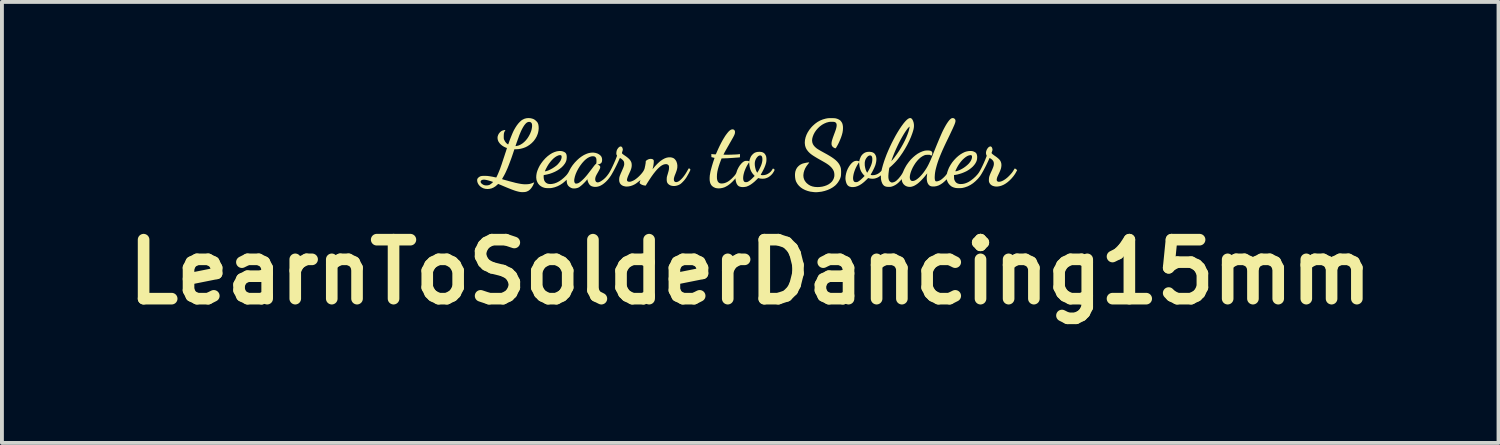
<source format=kicad_pcb>
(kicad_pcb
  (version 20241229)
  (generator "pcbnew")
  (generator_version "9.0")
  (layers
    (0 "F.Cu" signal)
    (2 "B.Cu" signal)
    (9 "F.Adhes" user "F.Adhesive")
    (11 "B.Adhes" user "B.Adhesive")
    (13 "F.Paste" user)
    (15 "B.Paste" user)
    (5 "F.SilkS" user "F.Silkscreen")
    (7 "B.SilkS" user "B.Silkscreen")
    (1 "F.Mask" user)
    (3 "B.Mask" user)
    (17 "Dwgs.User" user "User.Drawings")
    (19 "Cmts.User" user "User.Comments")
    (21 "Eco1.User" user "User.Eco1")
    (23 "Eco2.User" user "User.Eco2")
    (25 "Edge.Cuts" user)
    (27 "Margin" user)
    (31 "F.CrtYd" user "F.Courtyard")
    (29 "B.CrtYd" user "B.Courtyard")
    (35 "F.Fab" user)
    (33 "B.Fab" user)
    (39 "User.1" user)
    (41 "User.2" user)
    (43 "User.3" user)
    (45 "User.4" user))
  (footprint "LearnToSolderDancing15mm"
    (layer "F.Cu")
    (at 16.336 3.978)
    (property "Reference" "LearnToSolderDancing15mm" (at 0 0 0) (layer "F.SilkS") (effects (font (size 1.524 1.524) (thickness 0.3))))
    (attr board_only exclude_from_pos_files exclude_from_bom)
    (fp_poly (pts (xy 2.127 -3.976) (xy 2.162 -3.974) (xy 2.192 -3.972) (xy 2.21 -3.969) (xy 2.249 -3.958) (xy 2.285 -3.942) (xy 2.316 -3.924) (xy 2.339 -3.903) (xy 2.339 -3.902) (xy 2.363 -3.87) (xy 2.38 -3.836) (xy 2.39 -3.799) (xy 2.396 -3.757) (xy 2.397 -3.716) (xy 2.394 -3.661) (xy 2.385 -3.603) (xy 2.369 -3.542) (xy 2.347 -3.476) (xy 2.318 -3.404) (xy 2.304 -3.372) (xy 2.291 -3.343) (xy 2.276 -3.313) (xy 2.261 -3.284) (xy 2.246 -3.257) (xy 2.232 -3.233) (xy 2.221 -3.214) (xy 2.212 -3.202) (xy 2.207 -3.197) (xy 2.196 -3.197) (xy 2.179 -3.202) (xy 2.161 -3.212) (xy 2.143 -3.224) (xy 2.132 -3.233) (xy 2.118 -3.251) (xy 2.108 -3.27) (xy 2.102 -3.292) (xy 2.101 -3.319) (xy 2.103 -3.349) (xy 2.11 -3.386) (xy 2.122 -3.428) (xy 2.138 -3.477) (xy 2.159 -3.534) (xy 2.168 -3.559) (xy 2.187 -3.609) (xy 2.202 -3.651) (xy 2.214 -3.686) (xy 2.222 -3.716) (xy 2.228 -3.743) (xy 2.232 -3.767) (xy 2.233 -3.774) (xy 2.233 -3.808) (xy 2.227 -3.835) (xy 2.213 -3.856) (xy 2.192 -3.871) (xy 2.179 -3.876) (xy 2.162 -3.879) (xy 2.139 -3.881) (xy 2.111 -3.881) (xy 2.082 -3.881) (xy 2.054 -3.879) (xy 2.031 -3.876) (xy 1.971 -3.86) (xy 1.912 -3.835) (xy 1.855 -3.803) (xy 1.801 -3.763) (xy 1.752 -3.717) (xy 1.707 -3.666) (xy 1.669 -3.612) (xy 1.638 -3.554) (xy 1.615 -3.494) (xy 1.602 -3.443) (xy 1.598 -3.395) (xy 1.604 -3.349) (xy 1.619 -3.305) (xy 1.644 -3.265) (xy 1.667 -3.239) (xy 1.68 -3.226) (xy 1.692 -3.215) (xy 1.704 -3.205) (xy 1.717 -3.194) (xy 1.733 -3.183) (xy 1.751 -3.171) (xy 1.773 -3.158) (xy 1.799 -3.142) (xy 1.831 -3.124) (xy 1.869 -3.103) (xy 1.914 -3.078) (xy 1.967 -3.049) (xy 1.973 -3.046) (xy 2.045 -3.004) (xy 2.109 -2.964) (xy 2.163 -2.926) (xy 2.21 -2.888) (xy 2.249 -2.85) (xy 2.281 -2.811) (xy 2.306 -2.772) (xy 2.326 -2.73) (xy 2.339 -2.691) (xy 2.343 -2.668) (xy 2.346 -2.637) (xy 2.348 -2.603) (xy 2.348 -2.566) (xy 2.347 -2.53) (xy 2.345 -2.497) (xy 2.341 -2.47) (xy 2.339 -2.46) (xy 2.323 -2.413) (xy 2.298 -2.364) (xy 2.269 -2.317) (xy 2.234 -2.273) (xy 2.198 -2.236) (xy 2.195 -2.233) (xy 2.138 -2.19) (xy 2.073 -2.152) (xy 2.002 -2.12) (xy 1.927 -2.095) (xy 1.848 -2.076) (xy 1.77 -2.066) (xy 1.74 -2.063) (xy 1.716 -2.062) (xy 1.695 -2.061) (xy 1.673 -2.062) (xy 1.647 -2.064) (xy 1.628 -2.066) (xy 1.553 -2.076) (xy 1.483 -2.094) (xy 1.418 -2.118) (xy 1.359 -2.148) (xy 1.306 -2.184) (xy 1.26 -2.226) (xy 1.222 -2.272) (xy 1.192 -2.323) (xy 1.182 -2.344) (xy 1.169 -2.386) (xy 1.161 -2.433) (xy 1.157 -2.483) (xy 1.157 -2.533) (xy 1.163 -2.58) (xy 1.168 -2.603) (xy 1.185 -2.651) (xy 1.211 -2.696) (xy 1.245 -2.734) (xy 1.285 -2.767) (xy 1.332 -2.792) (xy 1.341 -2.796) (xy 1.36 -2.802) (xy 1.384 -2.809) (xy 1.41 -2.815) (xy 1.437 -2.821) (xy 1.463 -2.826) (xy 1.487 -2.829) (xy 1.506 -2.831) (xy 1.52 -2.831) (xy 1.525 -2.829) (xy 1.525 -2.829) (xy 1.522 -2.824) (xy 1.514 -2.813) (xy 1.502 -2.798) (xy 1.495 -2.789) (xy 1.454 -2.735) (xy 1.421 -2.679) (xy 1.397 -2.622) (xy 1.381 -2.565) (xy 1.374 -2.51) (xy 1.373 -2.498) (xy 1.377 -2.446) (xy 1.39 -2.399) (xy 1.411 -2.355) (xy 1.442 -2.314) (xy 1.46 -2.295) (xy 1.504 -2.259) (xy 1.553 -2.23) (xy 1.608 -2.21) (xy 1.669 -2.198) (xy 1.735 -2.194) (xy 1.791 -2.196) (xy 1.86 -2.205) (xy 1.923 -2.221) (xy 1.98 -2.242) (xy 2.031 -2.269) (xy 2.075 -2.301) (xy 2.112 -2.337) (xy 2.14 -2.378) (xy 2.161 -2.423) (xy 2.173 -2.471) (xy 2.175 -2.51) (xy 2.171 -2.559) (xy 2.159 -2.605) (xy 2.137 -2.648) (xy 2.106 -2.691) (xy 2.094 -2.703) (xy 2.077 -2.721) (xy 2.059 -2.738) (xy 2.039 -2.755) (xy 2.017 -2.772) (xy 1.992 -2.789) (xy 1.962 -2.809) (xy 1.927 -2.83) (xy 1.885 -2.854) (xy 1.836 -2.882) (xy 1.8 -2.902) (xy 1.74 -2.936) (xy 1.688 -2.967) (xy 1.643 -2.995) (xy 1.605 -3.02) (xy 1.572 -3.044) (xy 1.544 -3.067) (xy 1.52 -3.09) (xy 1.499 -3.112) (xy 1.485 -3.129) (xy 1.453 -3.174) (xy 1.431 -3.221) (xy 1.417 -3.269) (xy 1.411 -3.323) (xy 1.41 -3.345) (xy 1.415 -3.411) (xy 1.43 -3.478) (xy 1.454 -3.545) (xy 1.487 -3.611) (xy 1.529 -3.676) (xy 1.579 -3.738) (xy 1.613 -3.774) (xy 1.674 -3.829) (xy 1.738 -3.876) (xy 1.805 -3.913) (xy 1.876 -3.942) (xy 1.951 -3.963) (xy 1.993 -3.971) (xy 2.02 -3.974) (xy 2.053 -3.976) (xy 2.09 -3.976)) (stroke (width 0) (type solid)) (fill yes) (layer "F.SilkS"))
    (fp_poly (pts (xy -5.668 -3.972) (xy -5.615 -3.957) (xy -5.592 -3.947) (xy -5.572 -3.935) (xy -5.55 -3.918) (xy -5.529 -3.899) (xy -5.509 -3.878) (xy -5.495 -3.859) (xy -5.49 -3.85) (xy -5.475 -3.809) (xy -5.468 -3.762) (xy -5.466 -3.71) (xy -5.471 -3.656) (xy -5.482 -3.6) (xy -5.492 -3.566) (xy -5.518 -3.502) (xy -5.553 -3.441) (xy -5.595 -3.384) (xy -5.645 -3.332) (xy -5.701 -3.286) (xy -5.761 -3.247) (xy -5.811 -3.222) (xy -5.868 -3.201) (xy -5.929 -3.185) (xy -5.99 -3.175) (xy -6.049 -3.171) (xy -6.054 -3.171) (xy -6.094 -3.171) (xy -6.133 -3.054) (xy -6.169 -2.949) (xy -6.204 -2.854) (xy -6.237 -2.767) (xy -6.268 -2.689) (xy -6.299 -2.619) (xy -6.328 -2.556) (xy -6.357 -2.5) (xy -6.385 -2.451) (xy -6.391 -2.44) (xy -6.404 -2.419) (xy -6.41 -2.405) (xy -6.41 -2.398) (xy -6.41 -2.398) (xy -6.397 -2.394) (xy -6.375 -2.387) (xy -6.347 -2.379) (xy -6.314 -2.37) (xy -6.277 -2.36) (xy -6.238 -2.349) (xy -6.198 -2.338) (xy -6.159 -2.328) (xy -6.123 -2.319) (xy -6.09 -2.31) (xy -6.064 -2.303) (xy -6.044 -2.299) (xy -6.041 -2.298) (xy -5.987 -2.287) (xy -5.94 -2.278) (xy -5.899 -2.272) (xy -5.861 -2.268) (xy -5.825 -2.266) (xy -5.788 -2.267) (xy -5.781 -2.267) (xy -5.743 -2.269) (xy -5.711 -2.273) (xy -5.681 -2.28) (xy -5.649 -2.29) (xy -5.614 -2.304) (xy -5.599 -2.31) (xy -5.588 -2.314) (xy -5.583 -2.314) (xy -5.584 -2.309) (xy -5.588 -2.297) (xy -5.595 -2.28) (xy -5.603 -2.261) (xy -5.612 -2.241) (xy -5.621 -2.224) (xy -5.624 -2.218) (xy -5.655 -2.171) (xy -5.689 -2.132) (xy -5.727 -2.101) (xy -5.769 -2.08) (xy -5.796 -2.071) (xy -5.826 -2.066) (xy -5.86 -2.064) (xy -5.896 -2.063) (xy -5.927 -2.065) (xy -5.954 -2.069) (xy -5.981 -2.074) (xy -6.009 -2.081) (xy -6.039 -2.089) (xy -6.073 -2.099) (xy -6.11 -2.112) (xy -6.152 -2.127) (xy -6.2 -2.146) (xy -6.253 -2.167) (xy -6.314 -2.192) (xy -6.383 -2.221) (xy -6.411 -2.233) (xy -6.513 -2.276) (xy -6.536 -2.254) (xy -6.584 -2.213) (xy -6.633 -2.182) (xy -6.684 -2.16) (xy -6.738 -2.148) (xy -6.786 -2.144) (xy -6.841 -2.148) (xy -6.889 -2.16) (xy -6.933 -2.18) (xy -6.974 -2.209) (xy -6.989 -2.223) (xy -7.016 -2.254) (xy -7.036 -2.288) (xy -7.05 -2.323) (xy -7.051 -2.328) (xy -6.967 -2.328) (xy -6.961 -2.308) (xy -6.948 -2.29) (xy -6.924 -2.27) (xy -6.895 -2.252) (xy -6.863 -2.241) (xy -6.863 -2.241) (xy -6.837 -2.237) (xy -6.807 -2.237) (xy -6.776 -2.24) (xy -6.749 -2.247) (xy -6.735 -2.252) (xy -6.722 -2.26) (xy -6.706 -2.271) (xy -6.688 -2.285) (xy -6.672 -2.298) (xy -6.658 -2.311) (xy -6.649 -2.32) (xy -6.646 -2.325) (xy -6.651 -2.328) (xy -6.663 -2.333) (xy -6.682 -2.339) (xy -6.705 -2.347) (xy -6.73 -2.354) (xy -6.756 -2.362) (xy -6.782 -2.369) (xy -6.804 -2.375) (xy -6.819 -2.378) (xy -6.863 -2.385) (xy -6.899 -2.385) (xy -6.929 -2.379) (xy -6.95 -2.366) (xy -6.952 -2.365) (xy -6.964 -2.348) (xy -6.967 -2.328) (xy -7.051 -2.328) (xy -7.056 -2.357) (xy -7.055 -2.389) (xy -7.052 -2.402) (xy -7.042 -2.42) (xy -7.025 -2.439) (xy -7.003 -2.456) (xy -6.981 -2.469) (xy -6.971 -2.473) (xy -6.936 -2.481) (xy -6.893 -2.484) (xy -6.843 -2.484) (xy -6.787 -2.481) (xy -6.727 -2.473) (xy -6.664 -2.462) (xy -6.633 -2.456) (xy -6.608 -2.45) (xy -6.587 -2.446) (xy -6.572 -2.443) (xy -6.564 -2.442) (xy -6.563 -2.442) (xy -6.558 -2.449) (xy -6.551 -2.464) (xy -6.54 -2.486) (xy -6.528 -2.512) (xy -6.515 -2.541) (xy -6.502 -2.573) (xy -6.489 -2.604) (xy -6.477 -2.634) (xy -6.466 -2.661) (xy -6.46 -2.678) (xy -6.452 -2.701) (xy -6.442 -2.73) (xy -6.43 -2.763) (xy -6.417 -2.801) (xy -6.404 -2.842) (xy -6.389 -2.886) (xy -6.375 -2.93) (xy -6.36 -2.974) (xy -6.346 -3.017) (xy -6.333 -3.058) (xy -6.32 -3.095) (xy -6.309 -3.129) (xy -6.3 -3.158) (xy -6.293 -3.18) (xy -6.289 -3.195) (xy -6.287 -3.202) (xy -6.287 -3.203) (xy -6.292 -3.205) (xy -6.304 -3.21) (xy -6.314 -3.213) (xy -6.36 -3.234) (xy -6.391 -3.253) (xy -6.066 -3.253) (xy -6.062 -3.253) (xy -6.05 -3.254) (xy -6.034 -3.257) (xy -6.015 -3.261) (xy -5.997 -3.266) (xy -5.982 -3.27) (xy -5.981 -3.27) (xy -5.933 -3.292) (xy -5.885 -3.322) (xy -5.839 -3.36) (xy -5.795 -3.405) (xy -5.755 -3.456) (xy -5.719 -3.513) (xy -5.688 -3.573) (xy -5.663 -3.637) (xy -5.662 -3.638) (xy -5.65 -3.68) (xy -5.642 -3.722) (xy -5.637 -3.761) (xy -5.637 -3.795) (xy -5.641 -3.824) (xy -5.649 -3.845) (xy -5.665 -3.864) (xy -5.688 -3.875) (xy -5.713 -3.879) (xy -5.742 -3.875) (xy -5.758 -3.868) (xy -5.784 -3.852) (xy -5.81 -3.826) (xy -5.838 -3.791) (xy -5.866 -3.748) (xy -5.894 -3.698) (xy -5.922 -3.641) (xy -5.949 -3.577) (xy -5.964 -3.541) (xy -5.97 -3.525) (xy -5.978 -3.503) (xy -5.987 -3.476) (xy -5.998 -3.446) (xy -6.01 -3.414) (xy -6.021 -3.381) (xy -6.033 -3.35) (xy -6.043 -3.32) (xy -6.052 -3.295) (xy -6.059 -3.274) (xy -6.064 -3.26) (xy -6.066 -3.253) (xy -6.066 -3.253) (xy -6.391 -3.253) (xy -6.404 -3.261) (xy -6.443 -3.292) (xy -6.476 -3.327) (xy -6.501 -3.363) (xy -6.51 -3.379) (xy -6.523 -3.415) (xy -6.529 -3.452) (xy -6.529 -3.487) (xy -6.527 -3.498) (xy -6.515 -3.538) (xy -6.495 -3.576) (xy -6.468 -3.609) (xy -6.437 -3.636) (xy -6.417 -3.648) (xy -6.403 -3.653) (xy -6.386 -3.659) (xy -6.367 -3.663) (xy -6.35 -3.667) (xy -6.335 -3.668) (xy -6.327 -3.667) (xy -6.326 -3.666) (xy -6.329 -3.66) (xy -6.335 -3.65) (xy -6.338 -3.645) (xy -6.35 -3.625) (xy -6.359 -3.603) (xy -6.365 -3.577) (xy -6.368 -3.546) (xy -6.369 -3.507) (xy -6.369 -3.506) (xy -6.369 -3.478) (xy -6.368 -3.458) (xy -6.367 -3.443) (xy -6.364 -3.431) (xy -6.36 -3.42) (xy -6.355 -3.41) (xy -6.333 -3.369) (xy -6.308 -3.336) (xy -6.285 -3.315) (xy -6.272 -3.305) (xy -6.261 -3.298) (xy -6.257 -3.296) (xy -6.254 -3.3) (xy -6.248 -3.312) (xy -6.241 -3.33) (xy -6.234 -3.352) (xy -6.22 -3.392) (xy -6.203 -3.436) (xy -6.185 -3.482) (xy -6.167 -3.527) (xy -6.149 -3.571) (xy -6.132 -3.61) (xy -6.116 -3.644) (xy -6.105 -3.666) (xy -6.069 -3.729) (xy -6.032 -3.786) (xy -5.993 -3.837) (xy -5.954 -3.879) (xy -5.916 -3.914) (xy -5.879 -3.938) (xy -5.829 -3.961) (xy -5.777 -3.974) (xy -5.722 -3.977)) (stroke (width 0) (type solid)) (fill yes) (layer "F.SilkS"))
    (fp_poly (pts (xy -0.43 -3.681) (xy -0.412 -3.668) (xy -0.399 -3.649) (xy -0.393 -3.624) (xy -0.395 -3.594) (xy -0.397 -3.58) (xy -0.401 -3.566) (xy -0.407 -3.551) (xy -0.414 -3.533) (xy -0.424 -3.513) (xy -0.437 -3.488) (xy -0.453 -3.459) (xy -0.473 -3.424) (xy -0.497 -3.381) (xy -0.524 -3.335) (xy -0.552 -3.285) (xy -0.579 -3.238) (xy -0.604 -3.194) (xy -0.627 -3.154) (xy -0.647 -3.118) (xy -0.664 -3.088) (xy -0.676 -3.063) (xy -0.685 -3.046) (xy -0.69 -3.036) (xy -0.69 -3.034) (xy -0.685 -3.032) (xy -0.672 -3.031) (xy -0.651 -3.03) (xy -0.624 -3.03) (xy -0.591 -3.03) (xy -0.556 -3.03) (xy -0.517 -3.031) (xy -0.478 -3.032) (xy -0.438 -3.034) (xy -0.4 -3.035) (xy -0.364 -3.037) (xy -0.332 -3.039) (xy -0.305 -3.042) (xy -0.289 -3.043) (xy -0.265 -3.047) (xy -0.265 -3.004) (xy -0.265 -2.983) (xy -0.266 -2.97) (xy -0.268 -2.963) (xy -0.271 -2.961) (xy -0.276 -2.961) (xy -0.284 -2.96) (xy -0.301 -2.959) (xy -0.324 -2.957) (xy -0.353 -2.955) (xy -0.385 -2.953) (xy -0.408 -2.951) (xy -0.45 -2.948) (xy -0.497 -2.945) (xy -0.545 -2.942) (xy -0.59 -2.939) (xy -0.63 -2.938) (xy -0.634 -2.938) (xy -0.74 -2.934) (xy -0.761 -2.881) (xy -0.791 -2.799) (xy -0.816 -2.724) (xy -0.835 -2.656) (xy -0.849 -2.594) (xy -0.857 -2.537) (xy -0.859 -2.515) (xy -0.861 -2.459) (xy -0.859 -2.411) (xy -0.851 -2.371) (xy -0.839 -2.34) (xy -0.821 -2.316) (xy -0.799 -2.299) (xy -0.77 -2.289) (xy -0.736 -2.286) (xy -0.72 -2.287) (xy -0.672 -2.294) (xy -0.624 -2.311) (xy -0.575 -2.336) (xy -0.526 -2.371) (xy -0.476 -2.415) (xy -0.468 -2.423) (xy -0.468 -2.423) (xy -0.183 -2.423) (xy -0.18 -2.389) (xy -0.173 -2.361) (xy -0.161 -2.34) (xy -0.146 -2.328) (xy -0.127 -2.322) (xy -0.102 -2.321) (xy -0.077 -2.325) (xy -0.064 -2.33) (xy -0.035 -2.346) (xy -0.001 -2.371) (xy 0.037 -2.404) (xy 0.066 -2.433) (xy 0.115 -2.482) (xy 0.09 -2.509) (xy 0.055 -2.551) (xy 0.028 -2.594) (xy 0.007 -2.64) (xy -0.008 -2.69) (xy -0.019 -2.747) (xy -0.024 -2.792) (xy -0.024 -2.796) (xy 0.117 -2.796) (xy 0.12 -2.748) (xy 0.128 -2.699) (xy 0.14 -2.652) (xy 0.156 -2.609) (xy 0.168 -2.587) (xy 0.181 -2.564) (xy 0.201 -2.596) (xy 0.212 -2.613) (xy 0.225 -2.636) (xy 0.238 -2.662) (xy 0.25 -2.685) (xy 0.276 -2.741) (xy 0.295 -2.792) (xy 0.307 -2.839) (xy 0.314 -2.883) (xy 0.314 -2.927) (xy 0.314 -2.927) (xy 0.31 -2.961) (xy 0.301 -2.986) (xy 0.288 -3.002) (xy 0.27 -3.011) (xy 0.253 -3.012) (xy 0.229 -3.007) (xy 0.205 -2.993) (xy 0.182 -2.971) (xy 0.161 -2.944) (xy 0.143 -2.912) (xy 0.129 -2.877) (xy 0.12 -2.84) (xy 0.12 -2.839) (xy 0.117 -2.796) (xy -0.024 -2.796) (xy -0.028 -2.836) (xy -0.055 -2.795) (xy -0.084 -2.747) (xy -0.109 -2.698) (xy -0.131 -2.648) (xy -0.15 -2.599) (xy -0.164 -2.551) (xy -0.175 -2.505) (xy -0.181 -2.462) (xy -0.183 -2.423) (xy -0.468 -2.423) (xy -0.433 -2.459) (xy -0.405 -2.49) (xy -0.384 -2.517) (xy -0.369 -2.541) (xy -0.359 -2.563) (xy -0.357 -2.569) (xy -0.335 -2.635) (xy -0.305 -2.696) (xy -0.27 -2.752) (xy -0.231 -2.8) (xy -0.227 -2.804) (xy -0.199 -2.831) (xy -0.172 -2.851) (xy -0.147 -2.864) (xy -0.121 -2.871) (xy -0.092 -2.872) (xy -0.068 -2.871) (xy -0.048 -2.867) (xy -0.041 -2.864) (xy -0.029 -2.859) (xy -0.022 -2.861) (xy -0.02 -2.87) (xy -0.02 -2.873) (xy -0.018 -2.886) (xy -0.013 -2.906) (xy -0.005 -2.929) (xy 0.004 -2.953) (xy 0.014 -2.975) (xy 0.023 -2.992) (xy 0.025 -2.995) (xy 0.044 -3.02) (xy 0.068 -3.045) (xy 0.094 -3.067) (xy 0.118 -3.082) (xy 0.156 -3.096) (xy 0.201 -3.104) (xy 0.252 -3.105) (xy 0.295 -3.1) (xy 0.33 -3.088) (xy 0.359 -3.07) (xy 0.383 -3.043) (xy 0.402 -3.009) (xy 0.407 -2.999) (xy 0.414 -2.971) (xy 0.418 -2.938) (xy 0.419 -2.901) (xy 0.417 -2.864) (xy 0.413 -2.836) (xy 0.402 -2.793) (xy 0.386 -2.745) (xy 0.365 -2.693) (xy 0.34 -2.64) (xy 0.313 -2.588) (xy 0.29 -2.547) (xy 0.279 -2.529) (xy 0.274 -2.517) (xy 0.274 -2.51) (xy 0.275 -2.509) (xy 0.282 -2.506) (xy 0.297 -2.503) (xy 0.315 -2.501) (xy 0.318 -2.501) (xy 0.364 -2.504) (xy 0.41 -2.515) (xy 0.454 -2.535) (xy 0.495 -2.562) (xy 0.532 -2.595) (xy 0.562 -2.634) (xy 0.57 -2.648) (xy 0.579 -2.662) (xy 0.586 -2.672) (xy 0.589 -2.674) (xy 0.601 -2.668) (xy 0.614 -2.659) (xy 0.624 -2.649) (xy 0.63 -2.643) (xy 0.63 -2.642) (xy 0.628 -2.632) (xy 0.621 -2.617) (xy 0.611 -2.597) (xy 0.598 -2.577) (xy 0.586 -2.556) (xy 0.585 -2.555) (xy 0.565 -2.53) (xy 0.54 -2.504) (xy 0.512 -2.479) (xy 0.484 -2.459) (xy 0.471 -2.45) (xy 0.451 -2.44) (xy 0.427 -2.43) (xy 0.406 -2.422) (xy 0.368 -2.413) (xy 0.325 -2.41) (xy 0.281 -2.411) (xy 0.239 -2.418) (xy 0.239 -2.418) (xy 0.206 -2.427) (xy 0.164 -2.385) (xy 0.114 -2.337) (xy 0.063 -2.295) (xy 0.013 -2.259) (xy -0.036 -2.231) (xy -0.082 -2.211) (xy -0.099 -2.205) (xy -0.131 -2.199) (xy -0.168 -2.195) (xy -0.204 -2.194) (xy -0.229 -2.196) (xy -0.267 -2.204) (xy -0.298 -2.218) (xy -0.323 -2.239) (xy -0.343 -2.268) (xy -0.353 -2.287) (xy -0.361 -2.309) (xy -0.369 -2.336) (xy -0.375 -2.364) (xy -0.379 -2.39) (xy -0.38 -2.403) (xy -0.38 -2.421) (xy -0.409 -2.387) (xy -0.465 -2.328) (xy -0.521 -2.277) (xy -0.578 -2.235) (xy -0.634 -2.203) (xy -0.674 -2.185) (xy -0.719 -2.172) (xy -0.767 -2.163) (xy -0.814 -2.16) (xy -0.859 -2.163) (xy -0.898 -2.171) (xy -0.901 -2.172) (xy -0.942 -2.19) (xy -0.977 -2.214) (xy -1.005 -2.243) (xy -1.026 -2.279) (xy -1.04 -2.322) (xy -1.048 -2.372) (xy -1.049 -2.428) (xy -1.045 -2.492) (xy -1.033 -2.563) (xy -1.03 -2.581) (xy -1.023 -2.612) (xy -1.013 -2.651) (xy -1.001 -2.695) (xy -0.988 -2.741) (xy -0.974 -2.788) (xy -0.96 -2.833) (xy -0.947 -2.874) (xy -0.946 -2.875) (xy -0.922 -2.948) (xy -1.003 -2.968) (xy -1.004 -3.007) (xy -1.006 -3.047) (xy -0.959 -3.043) (xy -0.937 -3.041) (xy -0.918 -3.04) (xy -0.904 -3.039) (xy -0.901 -3.038) (xy -0.896 -3.039) (xy -0.891 -3.042) (xy -0.886 -3.049) (xy -0.879 -3.062) (xy -0.871 -3.081) (xy -0.859 -3.107) (xy -0.858 -3.111) (xy -0.823 -3.189) (xy -0.788 -3.263) (xy -0.752 -3.334) (xy -0.717 -3.399) (xy -0.681 -3.46) (xy -0.647 -3.515) (xy -0.613 -3.562) (xy -0.581 -3.603) (xy -0.552 -3.636) (xy -0.524 -3.66) (xy -0.508 -3.671) (xy -0.48 -3.683) (xy -0.453 -3.686)) (stroke (width 0) (type solid)) (fill yes) (layer "F.SilkS"))
    (fp_poly (pts (xy -3.337 -3.242) (xy -3.319 -3.232) (xy -3.305 -3.213) (xy -3.296 -3.186) (xy -3.293 -3.173) (xy -3.293 -3.161) (xy -3.294 -3.149) (xy -3.299 -3.132) (xy -3.303 -3.118) (xy -3.31 -3.097) (xy -3.313 -3.083) (xy -3.314 -3.074) (xy -3.312 -3.067) (xy -3.309 -3.061) (xy -3.303 -3.054) (xy -3.289 -3.043) (xy -3.27 -3.028) (xy -3.248 -3.013) (xy -3.232 -3.002) (xy -3.183 -2.967) (xy -3.143 -2.933) (xy -3.111 -2.9) (xy -3.088 -2.866) (xy -3.072 -2.832) (xy -3.064 -2.796) (xy -3.062 -2.757) (xy -3.063 -2.736) (xy -3.066 -2.713) (xy -3.07 -2.69) (xy -3.076 -2.668) (xy -3.085 -2.642) (xy -3.096 -2.613) (xy -3.112 -2.578) (xy -3.126 -2.546) (xy -3.148 -2.498) (xy -3.164 -2.459) (xy -3.175 -2.427) (xy -3.182 -2.401) (xy -3.185 -2.38) (xy -3.183 -2.364) (xy -3.177 -2.352) (xy -3.167 -2.342) (xy -3.164 -2.34) (xy -3.142 -2.332) (xy -3.113 -2.331) (xy -3.081 -2.337) (xy -3.044 -2.351) (xy -3.004 -2.37) (xy -2.992 -2.377) (xy -2.956 -2.402) (xy -2.918 -2.432) (xy -2.881 -2.465) (xy -2.845 -2.501) (xy -2.812 -2.538) (xy -2.783 -2.574) (xy -2.759 -2.609) (xy -2.742 -2.642) (xy -2.733 -2.664) (xy -2.726 -2.689) (xy -2.72 -2.719) (xy -2.713 -2.751) (xy -2.708 -2.782) (xy -2.703 -2.81) (xy -2.701 -2.832) (xy -2.701 -2.841) (xy -2.7 -2.857) (xy -2.697 -2.867) (xy -2.691 -2.875) (xy -2.678 -2.885) (xy -2.646 -2.905) (xy -2.616 -2.917) (xy -2.584 -2.922) (xy -2.573 -2.923) (xy -2.541 -2.92) (xy -2.516 -2.911) (xy -2.5 -2.896) (xy -2.496 -2.89) (xy -2.493 -2.877) (xy -2.492 -2.855) (xy -2.493 -2.828) (xy -2.496 -2.796) (xy -2.501 -2.761) (xy -2.507 -2.726) (xy -2.51 -2.717) (xy -2.515 -2.694) (xy -2.519 -2.675) (xy -2.522 -2.661) (xy -2.523 -2.656) (xy -2.523 -2.656) (xy -2.52 -2.659) (xy -2.512 -2.669) (xy -2.5 -2.684) (xy -2.489 -2.697) (xy -2.464 -2.727) (xy -2.435 -2.759) (xy -2.403 -2.792) (xy -2.371 -2.823) (xy -2.341 -2.85) (xy -2.315 -2.871) (xy -2.314 -2.872) (xy -2.259 -2.909) (xy -2.206 -2.937) (xy -2.154 -2.955) (xy -2.104 -2.963) (xy -2.055 -2.962) (xy -2.046 -2.961) (xy -2.006 -2.951) (xy -1.973 -2.936) (xy -1.946 -2.912) (xy -1.922 -2.881) (xy -1.907 -2.854) (xy -1.891 -2.807) (xy -1.883 -2.756) (xy -1.884 -2.702) (xy -1.885 -2.694) (xy -1.889 -2.671) (xy -1.894 -2.648) (xy -1.901 -2.623) (xy -1.911 -2.594) (xy -1.924 -2.559) (xy -1.935 -2.53) (xy -1.949 -2.497) (xy -1.958 -2.47) (xy -1.965 -2.447) (xy -1.97 -2.427) (xy -1.973 -2.407) (xy -1.973 -2.405) (xy -1.973 -2.376) (xy -1.966 -2.352) (xy -1.952 -2.334) (xy -1.933 -2.324) (xy -1.91 -2.322) (xy -1.903 -2.323) (xy -1.879 -2.329) (xy -1.854 -2.34) (xy -1.827 -2.358) (xy -1.798 -2.383) (xy -1.777 -2.403) (xy -1.743 -2.44) (xy -1.71 -2.482) (xy -1.676 -2.53) (xy -1.642 -2.586) (xy -1.62 -2.625) (xy -1.608 -2.646) (xy -1.597 -2.663) (xy -1.589 -2.675) (xy -1.584 -2.68) (xy -1.583 -2.68) (xy -1.575 -2.677) (xy -1.565 -2.668) (xy -1.554 -2.657) (xy -1.547 -2.648) (xy -1.545 -2.643) (xy -1.548 -2.635) (xy -1.554 -2.619) (xy -1.564 -2.598) (xy -1.577 -2.573) (xy -1.591 -2.545) (xy -1.607 -2.517) (xy -1.623 -2.489) (xy -1.638 -2.463) (xy -1.651 -2.441) (xy -1.657 -2.432) (xy -1.681 -2.399) (xy -1.709 -2.364) (xy -1.739 -2.332) (xy -1.769 -2.302) (xy -1.797 -2.278) (xy -1.811 -2.268) (xy -1.851 -2.247) (xy -1.894 -2.232) (xy -1.938 -2.223) (xy -1.981 -2.221) (xy -2.023 -2.226) (xy -2.062 -2.237) (xy -2.096 -2.255) (xy -2.117 -2.273) (xy -2.135 -2.293) (xy -2.146 -2.313) (xy -2.153 -2.335) (xy -2.157 -2.363) (xy -2.158 -2.393) (xy -2.157 -2.418) (xy -2.156 -2.438) (xy -2.153 -2.457) (xy -2.147 -2.479) (xy -2.14 -2.506) (xy -2.138 -2.51) (xy -2.126 -2.551) (xy -2.117 -2.583) (xy -2.11 -2.608) (xy -2.105 -2.629) (xy -2.102 -2.646) (xy -2.1 -2.662) (xy -2.099 -2.678) (xy -2.098 -2.694) (xy -2.098 -2.717) (xy -2.1 -2.732) (xy -2.102 -2.743) (xy -2.107 -2.752) (xy -2.108 -2.754) (xy -2.129 -2.774) (xy -2.154 -2.785) (xy -2.178 -2.787) (xy -2.213 -2.783) (xy -2.249 -2.772) (xy -2.286 -2.753) (xy -2.325 -2.726) (xy -2.365 -2.691) (xy -2.408 -2.648) (xy -2.453 -2.596) (xy -2.5 -2.536) (xy -2.55 -2.467) (xy -2.602 -2.389) (xy -2.658 -2.302) (xy -2.701 -2.232) (xy -2.725 -2.234) (xy -2.758 -2.24) (xy -2.79 -2.25) (xy -2.818 -2.263) (xy -2.841 -2.278) (xy -2.853 -2.292) (xy -2.857 -2.299) (xy -2.858 -2.306) (xy -2.856 -2.316) (xy -2.851 -2.332) (xy -2.848 -2.338) (xy -2.842 -2.355) (xy -2.838 -2.367) (xy -2.836 -2.373) (xy -2.836 -2.374) (xy -2.839 -2.371) (xy -2.849 -2.364) (xy -2.864 -2.352) (xy -2.883 -2.337) (xy -2.89 -2.332) (xy -2.914 -2.313) (xy -2.939 -2.295) (xy -2.963 -2.278) (xy -2.982 -2.266) (xy -2.983 -2.266) (xy -3.034 -2.241) (xy -3.088 -2.222) (xy -3.141 -2.211) (xy -3.192 -2.207) (xy -3.23 -2.21) (xy -3.275 -2.221) (xy -3.313 -2.238) (xy -3.343 -2.262) (xy -3.366 -2.292) (xy -3.381 -2.329) (xy -3.387 -2.37) (xy -3.385 -2.416) (xy -3.383 -2.434) (xy -3.38 -2.45) (xy -3.375 -2.467) (xy -3.37 -2.485) (xy -3.361 -2.506) (xy -3.351 -2.533) (xy -3.337 -2.565) (xy -3.32 -2.602) (xy -3.301 -2.646) (xy -3.286 -2.681) (xy -3.274 -2.71) (xy -3.266 -2.735) (xy -3.26 -2.755) (xy -3.257 -2.773) (xy -3.256 -2.79) (xy -3.257 -2.807) (xy -3.257 -2.807) (xy -3.26 -2.835) (xy -3.267 -2.857) (xy -3.28 -2.877) (xy -3.299 -2.898) (xy -3.313 -2.91) (xy -3.329 -2.923) (xy -3.345 -2.934) (xy -3.359 -2.942) (xy -3.367 -2.946) (xy -3.367 -2.946) (xy -3.37 -2.941) (xy -3.376 -2.929) (xy -3.384 -2.912) (xy -3.393 -2.89) (xy -3.396 -2.884) (xy -3.412 -2.848) (xy -3.432 -2.806) (xy -3.454 -2.76) (xy -3.478 -2.712) (xy -3.503 -2.664) (xy -3.528 -2.616) (xy -3.552 -2.573) (xy -3.574 -2.534) (xy -3.593 -2.502) (xy -3.597 -2.495) (xy -3.638 -2.436) (xy -3.682 -2.381) (xy -3.729 -2.332) (xy -3.777 -2.29) (xy -3.825 -2.255) (xy -3.873 -2.229) (xy -3.892 -2.22) (xy -3.938 -2.206) (xy -3.983 -2.199) (xy -4.026 -2.199) (xy -4.067 -2.206) (xy -4.103 -2.218) (xy -4.133 -2.237) (xy -4.149 -2.253) (xy -4.169 -2.281) (xy -4.187 -2.316) (xy -4.199 -2.352) (xy -4.202 -2.365) (xy -4.208 -2.396) (xy -4.226 -2.375) (xy -4.249 -2.347) (xy -4.276 -2.318) (xy -4.305 -2.289) (xy -4.335 -2.26) (xy -4.365 -2.234) (xy -4.393 -2.212) (xy -4.416 -2.194) (xy -4.432 -2.185) (xy -4.469 -2.17) (xy -4.509 -2.161) (xy -4.551 -2.158) (xy -4.588 -2.16) (xy -4.621 -2.17) (xy -4.654 -2.187) (xy -4.684 -2.209) (xy -4.708 -2.235) (xy -4.72 -2.255) (xy -4.732 -2.284) (xy -4.739 -2.32) (xy -4.742 -2.353) (xy -4.743 -2.363) (xy -4.548 -2.363) (xy -4.546 -2.334) (xy -4.538 -2.31) (xy -4.527 -2.294) (xy -4.512 -2.285) (xy -4.509 -2.284) (xy -4.496 -2.284) (xy -4.477 -2.286) (xy -4.459 -2.29) (xy -4.448 -2.293) (xy -4.429 -2.303) (xy -4.404 -2.319) (xy -4.376 -2.341) (xy -4.347 -2.366) (xy -4.317 -2.394) (xy -4.294 -2.417) (xy -4.272 -2.441) (xy -4.25 -2.466) (xy -4.226 -2.494) (xy -4.201 -2.525) (xy -4.173 -2.561) (xy -4.141 -2.603) (xy -4.104 -2.651) (xy -4.091 -2.668) (xy -4.064 -2.704) (xy -4.04 -2.735) (xy -4.021 -2.759) (xy -4.006 -2.776) (xy -3.996 -2.786) (xy -3.993 -2.788) (xy -3.985 -2.792) (xy -3.98 -2.8) (xy -3.976 -2.812) (xy -3.974 -2.83) (xy -3.973 -2.856) (xy -3.973 -2.871) (xy -3.974 -2.896) (xy -3.975 -2.913) (xy -3.977 -2.927) (xy -3.981 -2.938) (xy -3.986 -2.948) (xy -3.999 -2.968) (xy -4.016 -2.981) (xy -4.038 -2.988) (xy -4.067 -2.991) (xy -4.067 -2.991) (xy -4.11 -2.986) (xy -4.154 -2.971) (xy -4.2 -2.947) (xy -4.245 -2.914) (xy -4.291 -2.872) (xy -4.337 -2.821) (xy -4.348 -2.808) (xy -4.398 -2.741) (xy -4.442 -2.671) (xy -4.479 -2.602) (xy -4.509 -2.533) (xy -4.531 -2.466) (xy -4.545 -2.402) (xy -4.546 -2.397) (xy -4.548 -2.363) (xy -4.743 -2.363) (xy -4.743 -2.384) (xy -4.785 -2.345) (xy -4.844 -2.295) (xy -4.909 -2.252) (xy -4.977 -2.217) (xy -5.048 -2.19) (xy -5.119 -2.173) (xy -5.152 -2.168) (xy -5.191 -2.166) (xy -5.231 -2.166) (xy -5.269 -2.168) (xy -5.302 -2.172) (xy -5.307 -2.173) (xy -5.358 -2.188) (xy -5.404 -2.212) (xy -5.444 -2.242) (xy -5.477 -2.28) (xy -5.502 -2.323) (xy -5.52 -2.372) (xy -5.524 -2.39) (xy -5.53 -2.443) (xy -5.527 -2.5) (xy -5.517 -2.56) (xy -5.504 -2.604) (xy -5.306 -2.604) (xy -5.302 -2.601) (xy -5.291 -2.602) (xy -5.272 -2.606) (xy -5.249 -2.613) (xy -5.206 -2.629) (xy -5.16 -2.651) (xy -5.111 -2.678) (xy -5.064 -2.708) (xy -5.019 -2.741) (xy -5.004 -2.753) (xy -4.98 -2.775) (xy -4.955 -2.803) (xy -4.931 -2.832) (xy -4.911 -2.861) (xy -4.903 -2.873) (xy -4.893 -2.895) (xy -4.883 -2.92) (xy -4.878 -2.938) (xy -4.873 -2.97) (xy -4.875 -2.993) (xy -4.882 -3.01) (xy -4.897 -3.018) (xy -4.919 -3.02) (xy -4.947 -3.015) (xy -4.962 -3.01) (xy -5.002 -2.992) (xy -5.043 -2.966) (xy -5.085 -2.932) (xy -5.127 -2.89) (xy -5.167 -2.843) (xy -5.206 -2.791) (xy -5.241 -2.735) (xy -5.273 -2.675) (xy -5.277 -2.667) (xy -5.288 -2.645) (xy -5.297 -2.626) (xy -5.303 -2.611) (xy -5.306 -2.604) (xy -5.306 -2.604) (xy -5.504 -2.604) (xy -5.498 -2.622) (xy -5.472 -2.685) (xy -5.44 -2.748) (xy -5.4 -2.81) (xy -5.355 -2.87) (xy -5.304 -2.927) (xy -5.291 -2.941) (xy -5.233 -2.994) (xy -5.174 -3.038) (xy -5.115 -3.074) (xy -5.055 -3.1) (xy -4.996 -3.118) (xy -4.939 -3.126) (xy -4.923 -3.126) (xy -4.889 -3.125) (xy -4.861 -3.121) (xy -4.835 -3.113) (xy -4.807 -3.101) (xy -4.805 -3.1) (xy -4.781 -3.085) (xy -4.763 -3.065) (xy -4.751 -3.041) (xy -4.744 -3.01) (xy -4.741 -2.973) (xy -4.742 -2.949) (xy -4.746 -2.908) (xy -4.755 -2.871) (xy -4.77 -2.835) (xy -4.792 -2.797) (xy -4.794 -2.795) (xy -4.829 -2.749) (xy -4.872 -2.705) (xy -4.923 -2.664) (xy -4.981 -2.625) (xy -5.044 -2.591) (xy -5.111 -2.562) (xy -5.181 -2.537) (xy -5.253 -2.519) (xy -5.284 -2.513) (xy -5.305 -2.509) (xy -5.322 -2.506) (xy -5.333 -2.503) (xy -5.336 -2.502) (xy -5.337 -2.496) (xy -5.338 -2.483) (xy -5.338 -2.464) (xy -5.338 -2.451) (xy -5.333 -2.404) (xy -5.322 -2.364) (xy -5.303 -2.331) (xy -5.277 -2.305) (xy -5.245 -2.286) (xy -5.207 -2.275) (xy -5.162 -2.272) (xy -5.121 -2.275) (xy -5.059 -2.288) (xy -4.997 -2.311) (xy -4.935 -2.344) (xy -4.873 -2.387) (xy -4.811 -2.439) (xy -4.803 -2.447) (xy -4.768 -2.481) (xy -4.74 -2.512) (xy -4.717 -2.543) (xy -4.697 -2.574) (xy -4.678 -2.61) (xy -4.676 -2.615) (xy -4.635 -2.691) (xy -4.588 -2.761) (xy -4.534 -2.827) (xy -4.472 -2.891) (xy -4.419 -2.939) (xy -4.366 -2.979) (xy -4.313 -3.013) (xy -4.273 -3.034) (xy -4.22 -3.057) (xy -4.17 -3.073) (xy -4.119 -3.082) (xy -4.093 -3.084) (xy -4.043 -3.084) (xy -3.994 -3.076) (xy -3.95 -3.062) (xy -3.911 -3.042) (xy -3.877 -3.017) (xy -3.851 -2.987) (xy -3.841 -2.968) (xy -3.833 -2.944) (xy -3.828 -2.916) (xy -3.828 -2.886) (xy -3.831 -2.858) (xy -3.838 -2.835) (xy -3.839 -2.833) (xy -3.855 -2.813) (xy -3.877 -2.796) (xy -3.904 -2.785) (xy -3.921 -2.782) (xy -3.947 -2.779) (xy -3.922 -2.767) (xy -3.899 -2.753) (xy -3.884 -2.739) (xy -3.877 -2.722) (xy -3.876 -2.708) (xy -3.877 -2.697) (xy -3.88 -2.684) (xy -3.886 -2.668) (xy -3.896 -2.648) (xy -3.909 -2.622) (xy -3.927 -2.59) (xy -3.949 -2.551) (xy -3.952 -2.546) (xy -3.966 -2.521) (xy -3.979 -2.496) (xy -3.989 -2.474) (xy -3.996 -2.457) (xy -4.004 -2.423) (xy -4.006 -2.391) (xy -4.002 -2.364) (xy -3.992 -2.341) (xy -3.976 -2.325) (xy -3.956 -2.317) (xy -3.943 -2.315) (xy -3.922 -2.317) (xy -3.901 -2.324) (xy -3.876 -2.335) (xy -3.847 -2.353) (xy -3.837 -2.359) (xy -3.789 -2.394) (xy -3.745 -2.434) (xy -3.703 -2.481) (xy -3.662 -2.536) (xy -3.652 -2.551) (xy -3.636 -2.577) (xy -3.616 -2.612) (xy -3.595 -2.652) (xy -3.572 -2.698) (xy -3.549 -2.746) (xy -3.526 -2.796) (xy -3.504 -2.846) (xy -3.483 -2.894) (xy -3.466 -2.938) (xy -3.464 -2.943) (xy -3.441 -3.004) (xy -3.451 -3.023) (xy -3.457 -3.036) (xy -3.459 -3.049) (xy -3.46 -3.066) (xy -3.459 -3.083) (xy -3.453 -3.128) (xy -3.437 -3.168) (xy -3.412 -3.204) (xy -3.402 -3.215) (xy -3.379 -3.234) (xy -3.357 -3.243)) (stroke (width 0) (type solid)) (fill yes) (layer "F.SilkS"))
    (fp_poly (pts (xy 4.154 -3.974) (xy 4.165 -3.967) (xy 4.183 -3.949) (xy 4.199 -3.923) (xy 4.212 -3.891) (xy 4.223 -3.856) (xy 4.229 -3.818) (xy 4.231 -3.784) (xy 4.23 -3.752) (xy 4.226 -3.72) (xy 4.219 -3.684) (xy 4.208 -3.644) (xy 4.193 -3.597) (xy 4.191 -3.59) (xy 4.154 -3.49) (xy 4.109 -3.388) (xy 4.057 -3.284) (xy 3.999 -3.181) (xy 3.936 -3.08) (xy 3.869 -2.984) (xy 3.817 -2.916) (xy 3.792 -2.886) (xy 3.762 -2.852) (xy 3.729 -2.817) (xy 3.696 -2.784) (xy 3.664 -2.753) (xy 3.636 -2.728) (xy 3.63 -2.723) (xy 3.593 -2.691) (xy 3.581 -2.608) (xy 3.574 -2.546) (xy 3.57 -2.492) (xy 3.57 -2.446) (xy 3.575 -2.408) (xy 3.583 -2.377) (xy 3.596 -2.352) (xy 3.613 -2.333) (xy 3.632 -2.321) (xy 3.647 -2.314) (xy 3.659 -2.311) (xy 3.671 -2.312) (xy 3.687 -2.315) (xy 3.709 -2.321) (xy 3.732 -2.33) (xy 3.745 -2.337) (xy 3.772 -2.355) (xy 3.801 -2.382) (xy 3.832 -2.413) (xy 3.862 -2.449) (xy 3.891 -2.486) (xy 3.916 -2.523) (xy 3.937 -2.558) (xy 3.952 -2.59) (xy 3.953 -2.593) (xy 3.963 -2.616) (xy 3.976 -2.646) (xy 3.993 -2.679) (xy 4.011 -2.712) (xy 4.029 -2.744) (xy 4.046 -2.771) (xy 4.05 -2.777) (xy 4.099 -2.845) (xy 4.152 -2.908) (xy 4.209 -2.964) (xy 4.268 -3.014) (xy 4.328 -3.057) (xy 4.39 -3.091) (xy 4.451 -3.117) (xy 4.509 -3.134) (xy 4.538 -3.138) (xy 4.57 -3.14) (xy 4.602 -3.14) (xy 4.631 -3.137) (xy 4.655 -3.133) (xy 4.668 -3.128) (xy 4.688 -3.115) (xy 4.7 -3.097) (xy 4.705 -3.073) (xy 4.705 -3.059) (xy 4.702 -3.04) (xy 4.698 -3.027) (xy 4.69 -3.017) (xy 4.677 -3.004) (xy 4.661 -3.016) (xy 4.653 -3.021) (xy 4.645 -3.025) (xy 4.634 -3.027) (xy 4.618 -3.028) (xy 4.594 -3.028) (xy 4.589 -3.028) (xy 4.561 -3.027) (xy 4.54 -3.026) (xy 4.522 -3.023) (xy 4.506 -3.018) (xy 4.504 -3.017) (xy 4.456 -2.994) (xy 4.407 -2.962) (xy 4.36 -2.921) (xy 4.315 -2.873) (xy 4.271 -2.817) (xy 4.231 -2.755) (xy 4.198 -2.696) (xy 4.171 -2.637) (xy 4.15 -2.583) (xy 4.135 -2.532) (xy 4.126 -2.486) (xy 4.123 -2.446) (xy 4.127 -2.411) (xy 4.135 -2.389) (xy 4.145 -2.372) (xy 4.157 -2.36) (xy 4.161 -2.358) (xy 4.186 -2.351) (xy 4.214 -2.352) (xy 4.246 -2.361) (xy 4.281 -2.378) (xy 4.317 -2.403) (xy 4.355 -2.434) (xy 4.395 -2.472) (xy 4.435 -2.516) (xy 4.475 -2.565) (xy 4.514 -2.62) (xy 4.547 -2.67) (xy 4.57 -2.708) (xy 4.592 -2.748) (xy 4.615 -2.793) (xy 4.638 -2.842) (xy 4.663 -2.897) (xy 4.689 -2.959) (xy 4.718 -3.029) (xy 4.733 -3.068) (xy 4.765 -3.147) (xy 4.796 -3.224) (xy 4.826 -3.298) (xy 4.855 -3.367) (xy 4.882 -3.432) (xy 4.907 -3.49) (xy 4.929 -3.541) (xy 4.948 -3.584) (xy 4.953 -3.596) (xy 4.986 -3.665) (xy 5.019 -3.728) (xy 5.051 -3.786) (xy 5.082 -3.837) (xy 5.112 -3.881) (xy 5.14 -3.918) (xy 5.166 -3.945) (xy 5.189 -3.964) (xy 5.213 -3.975) (xy 5.238 -3.977) (xy 5.261 -3.972) (xy 5.281 -3.959) (xy 5.296 -3.94) (xy 5.301 -3.926) (xy 5.303 -3.917) (xy 5.304 -3.908) (xy 5.304 -3.897) (xy 5.302 -3.885) (xy 5.299 -3.87) (xy 5.294 -3.853) (xy 5.287 -3.833) (xy 5.278 -3.809) (xy 5.266 -3.78) (xy 5.251 -3.747) (xy 5.234 -3.708) (xy 5.213 -3.664) (xy 5.189 -3.613) (xy 5.162 -3.555) (xy 5.131 -3.49) (xy 5.095 -3.416) (xy 5.062 -3.348) (xy 5.014 -3.246) (xy 4.971 -3.152) (xy 4.933 -3.064) (xy 4.899 -2.982) (xy 4.869 -2.904) (xy 4.843 -2.829) (xy 4.821 -2.758) (xy 4.802 -2.688) (xy 4.797 -2.668) (xy 4.786 -2.622) (xy 4.778 -2.576) (xy 4.772 -2.53) (xy 4.769 -2.487) (xy 4.767 -2.448) (xy 4.768 -2.413) (xy 4.772 -2.385) (xy 4.778 -2.363) (xy 4.786 -2.35) (xy 4.786 -2.349) (xy 4.803 -2.342) (xy 4.825 -2.341) (xy 4.852 -2.347) (xy 4.883 -2.358) (xy 4.917 -2.375) (xy 4.922 -2.379) (xy 4.943 -2.393) (xy 4.966 -2.412) (xy 4.991 -2.434) (xy 5.015 -2.457) (xy 5.038 -2.481) (xy 5.057 -2.503) (xy 5.072 -2.523) (xy 5.082 -2.538) (xy 5.084 -2.544) (xy 5.09 -2.57) (xy 5.1 -2.601) (xy 5.101 -2.605) (xy 5.301 -2.605) (xy 5.305 -2.602) (xy 5.318 -2.603) (xy 5.339 -2.607) (xy 5.366 -2.616) (xy 5.369 -2.617) (xy 5.418 -2.637) (xy 5.469 -2.663) (xy 5.52 -2.694) (xy 5.568 -2.729) (xy 5.612 -2.766) (xy 5.651 -2.804) (xy 5.681 -2.842) (xy 5.685 -2.848) (xy 5.704 -2.879) (xy 5.718 -2.911) (xy 5.727 -2.941) (xy 5.731 -2.969) (xy 5.73 -2.991) (xy 5.723 -3.008) (xy 5.72 -3.011) (xy 5.713 -3.017) (xy 5.703 -3.02) (xy 5.689 -3.02) (xy 5.682 -3.019) (xy 5.646 -3.011) (xy 5.608 -2.995) (xy 5.568 -2.97) (xy 5.528 -2.938) (xy 5.487 -2.9) (xy 5.448 -2.856) (xy 5.41 -2.807) (xy 5.375 -2.755) (xy 5.343 -2.699) (xy 5.328 -2.668) (xy 5.318 -2.646) (xy 5.309 -2.627) (xy 5.303 -2.613) (xy 5.301 -2.606) (xy 5.301 -2.605) (xy 5.101 -2.605) (xy 5.112 -2.635) (xy 5.125 -2.668) (xy 5.138 -2.698) (xy 5.141 -2.704) (xy 5.178 -2.77) (xy 5.22 -2.833) (xy 5.269 -2.893) (xy 5.321 -2.948) (xy 5.377 -2.998) (xy 5.435 -3.041) (xy 5.494 -3.076) (xy 5.547 -3.101) (xy 5.59 -3.114) (xy 5.636 -3.123) (xy 5.681 -3.127) (xy 5.723 -3.125) (xy 5.739 -3.123) (xy 5.761 -3.117) (xy 5.785 -3.107) (xy 5.808 -3.095) (xy 5.826 -3.083) (xy 5.832 -3.077) (xy 5.848 -3.054) (xy 5.858 -3.024) (xy 5.864 -2.989) (xy 5.864 -2.95) (xy 5.86 -2.911) (xy 5.85 -2.871) (xy 5.843 -2.854) (xy 5.821 -2.811) (xy 5.79 -2.767) (xy 5.752 -2.724) (xy 5.706 -2.683) (xy 5.655 -2.645) (xy 5.599 -2.61) (xy 5.571 -2.596) (xy 5.52 -2.573) (xy 5.464 -2.551) (xy 5.406 -2.533) (xy 5.35 -2.518) (xy 5.305 -2.51) (xy 5.265 -2.504) (xy 5.267 -2.449) (xy 5.268 -2.423) (xy 5.27 -2.404) (xy 5.273 -2.389) (xy 5.278 -2.375) (xy 5.285 -2.36) (xy 5.302 -2.331) (xy 5.321 -2.31) (xy 5.347 -2.293) (xy 5.359 -2.287) (xy 5.394 -2.276) (xy 5.435 -2.272) (xy 5.48 -2.274) (xy 5.528 -2.282) (xy 5.577 -2.297) (xy 5.625 -2.318) (xy 5.648 -2.33) (xy 5.706 -2.368) (xy 5.764 -2.413) (xy 5.82 -2.464) (xy 5.87 -2.518) (xy 5.896 -2.551) (xy 5.913 -2.576) (xy 5.933 -2.609) (xy 5.955 -2.649) (xy 5.978 -2.694) (xy 6.002 -2.743) (xy 6.026 -2.794) (xy 6.049 -2.846) (xy 6.071 -2.898) (xy 6.087 -2.938) (xy 6.112 -3.002) (xy 6.103 -3.02) (xy 6.094 -3.05) (xy 6.092 -3.084) (xy 6.098 -3.121) (xy 6.111 -3.157) (xy 6.131 -3.191) (xy 6.135 -3.197) (xy 6.151 -3.216) (xy 6.166 -3.229) (xy 6.182 -3.238) (xy 6.197 -3.243) (xy 6.207 -3.245) (xy 6.216 -3.243) (xy 6.223 -3.239) (xy 6.235 -3.232) (xy 6.243 -3.221) (xy 6.251 -3.203) (xy 6.257 -3.184) (xy 6.26 -3.169) (xy 6.26 -3.155) (xy 6.256 -3.137) (xy 6.249 -3.116) (xy 6.243 -3.098) (xy 6.238 -3.084) (xy 6.236 -3.076) (xy 6.236 -3.075) (xy 6.241 -3.066) (xy 6.253 -3.052) (xy 6.274 -3.035) (xy 6.301 -3.014) (xy 6.328 -2.996) (xy 6.375 -2.962) (xy 6.413 -2.93) (xy 6.443 -2.9) (xy 6.465 -2.869) (xy 6.479 -2.836) (xy 6.488 -2.802) (xy 6.491 -2.764) (xy 6.49 -2.741) (xy 6.487 -2.716) (xy 6.483 -2.692) (xy 6.477 -2.667) (xy 6.467 -2.64) (xy 6.455 -2.608) (xy 6.438 -2.57) (xy 6.428 -2.549) (xy 6.412 -2.514) (xy 6.399 -2.486) (xy 6.389 -2.464) (xy 6.382 -2.446) (xy 6.377 -2.431) (xy 6.374 -2.417) (xy 6.371 -2.405) (xy 6.369 -2.377) (xy 6.375 -2.356) (xy 6.388 -2.341) (xy 6.409 -2.332) (xy 6.428 -2.33) (xy 6.464 -2.335) (xy 6.505 -2.348) (xy 6.548 -2.37) (xy 6.593 -2.399) (xy 6.64 -2.436) (xy 6.687 -2.48) (xy 6.726 -2.522) (xy 6.76 -2.561) (xy 6.789 -2.601) (xy 6.812 -2.639) (xy 6.823 -2.656) (xy 6.831 -2.668) (xy 6.837 -2.675) (xy 6.838 -2.676) (xy 6.844 -2.673) (xy 6.855 -2.666) (xy 6.868 -2.656) (xy 6.881 -2.647) (xy 6.891 -2.638) (xy 6.896 -2.633) (xy 6.896 -2.633) (xy 6.894 -2.626) (xy 6.888 -2.613) (xy 6.878 -2.595) (xy 6.867 -2.575) (xy 6.856 -2.555) (xy 6.845 -2.537) (xy 6.843 -2.533) (xy 6.801 -2.474) (xy 6.754 -2.418) (xy 6.703 -2.366) (xy 6.65 -2.32) (xy 6.595 -2.281) (xy 6.548 -2.254) (xy 6.497 -2.232) (xy 6.447 -2.217) (xy 6.399 -2.209) (xy 6.352 -2.207) (xy 6.309 -2.213) (xy 6.269 -2.224) (xy 6.235 -2.242) (xy 6.206 -2.266) (xy 6.185 -2.296) (xy 6.176 -2.315) (xy 6.171 -2.33) (xy 6.168 -2.344) (xy 6.167 -2.36) (xy 6.167 -2.381) (xy 6.168 -2.395) (xy 6.169 -2.416) (xy 6.171 -2.434) (xy 6.174 -2.452) (xy 6.179 -2.471) (xy 6.186 -2.491) (xy 6.195 -2.516) (xy 6.207 -2.545) (xy 6.223 -2.582) (xy 6.237 -2.611) (xy 6.255 -2.652) (xy 6.269 -2.686) (xy 6.28 -2.714) (xy 6.287 -2.737) (xy 6.292 -2.757) (xy 6.295 -2.776) (xy 6.296 -2.795) (xy 6.296 -2.801) (xy 6.292 -2.836) (xy 6.279 -2.868) (xy 6.256 -2.896) (xy 6.247 -2.905) (xy 6.23 -2.918) (xy 6.214 -2.929) (xy 6.199 -2.939) (xy 6.189 -2.944) (xy 6.184 -2.945) (xy 6.182 -2.94) (xy 6.176 -2.928) (xy 6.168 -2.91) (xy 6.159 -2.888) (xy 6.159 -2.888) (xy 6.141 -2.849) (xy 6.12 -2.805) (xy 6.098 -2.759) (xy 6.074 -2.712) (xy 6.049 -2.665) (xy 6.025 -2.619) (xy 6.001 -2.577) (xy 5.98 -2.54) (xy 5.96 -2.508) (xy 5.944 -2.484) (xy 5.942 -2.48) (xy 5.885 -2.41) (xy 5.823 -2.348) (xy 5.759 -2.294) (xy 5.691 -2.249) (xy 5.62 -2.213) (xy 5.547 -2.187) (xy 5.49 -2.173) (xy 5.462 -2.169) (xy 5.428 -2.167) (xy 5.392 -2.166) (xy 5.356 -2.167) (xy 5.324 -2.169) (xy 5.299 -2.173) (xy 5.258 -2.184) (xy 5.221 -2.199) (xy 5.194 -2.215) (xy 5.161 -2.243) (xy 5.131 -2.277) (xy 5.106 -2.316) (xy 5.089 -2.355) (xy 5.085 -2.369) (xy 5.082 -2.383) (xy 5.079 -2.392) (xy 5.079 -2.394) (xy 5.075 -2.391) (xy 5.066 -2.383) (xy 5.052 -2.37) (xy 5.035 -2.354) (xy 5.033 -2.351) (xy 4.978 -2.303) (xy 4.923 -2.265) (xy 4.868 -2.236) (xy 4.813 -2.218) (xy 4.758 -2.209) (xy 4.741 -2.209) (xy 4.704 -2.21) (xy 4.675 -2.214) (xy 4.65 -2.223) (xy 4.629 -2.237) (xy 4.622 -2.243) (xy 4.598 -2.271) (xy 4.58 -2.307) (xy 4.568 -2.35) (xy 4.562 -2.399) (xy 4.562 -2.453) (xy 4.568 -2.505) (xy 4.571 -2.525) (xy 4.573 -2.54) (xy 4.574 -2.548) (xy 4.574 -2.549) (xy 4.571 -2.545) (xy 4.563 -2.535) (xy 4.551 -2.52) (xy 4.536 -2.501) (xy 4.528 -2.491) (xy 4.504 -2.462) (xy 4.476 -2.429) (xy 4.445 -2.396) (xy 4.414 -2.363) (xy 4.383 -2.333) (xy 4.355 -2.308) (xy 4.332 -2.288) (xy 4.288 -2.257) (xy 4.248 -2.233) (xy 4.21 -2.216) (xy 4.173 -2.205) (xy 4.148 -2.2) (xy 4.104 -2.199) (xy 4.063 -2.206) (xy 4.024 -2.22) (xy 3.99 -2.242) (xy 3.961 -2.27) (xy 3.938 -2.304) (xy 3.923 -2.341) (xy 3.918 -2.37) (xy 3.915 -2.399) (xy 3.879 -2.358) (xy 3.835 -2.313) (xy 3.792 -2.276) (xy 3.749 -2.247) (xy 3.703 -2.224) (xy 3.677 -2.214) (xy 3.655 -2.207) (xy 3.637 -2.202) (xy 3.619 -2.2) (xy 3.597 -2.199) (xy 3.578 -2.199) (xy 3.534 -2.201) (xy 3.498 -2.209) (xy 3.468 -2.222) (xy 3.443 -2.243) (xy 3.422 -2.27) (xy 3.408 -2.296) (xy 3.39 -2.345) (xy 3.379 -2.399) (xy 3.376 -2.454) (xy 3.376 -2.497) (xy 3.354 -2.48) (xy 3.319 -2.455) (xy 3.28 -2.435) (xy 3.248 -2.423) (xy 3.207 -2.413) (xy 3.162 -2.409) (xy 3.117 -2.412) (xy 3.08 -2.418) (xy 3.047 -2.427) (xy 3 -2.38) (xy 2.941 -2.325) (xy 2.884 -2.28) (xy 2.828 -2.244) (xy 2.773 -2.218) (xy 2.719 -2.201) (xy 2.666 -2.194) (xy 2.613 -2.195) (xy 2.612 -2.196) (xy 2.573 -2.204) (xy 2.542 -2.219) (xy 2.516 -2.241) (xy 2.496 -2.271) (xy 2.49 -2.283) (xy 2.478 -2.316) (xy 2.468 -2.355) (xy 2.462 -2.394) (xy 2.461 -2.422) (xy 2.461 -2.426) (xy 2.657 -2.426) (xy 2.66 -2.391) (xy 2.667 -2.363) (xy 2.679 -2.342) (xy 2.692 -2.33) (xy 2.712 -2.323) (xy 2.736 -2.321) (xy 2.761 -2.324) (xy 2.774 -2.328) (xy 2.798 -2.341) (xy 2.827 -2.361) (xy 2.86 -2.388) (xy 2.895 -2.421) (xy 2.906 -2.431) (xy 2.956 -2.482) (xy 2.93 -2.509) (xy 2.897 -2.55) (xy 2.87 -2.591) (xy 2.849 -2.636) (xy 2.834 -2.684) (xy 2.823 -2.739) (xy 2.819 -2.777) (xy 2.817 -2.793) (xy 2.959 -2.793) (xy 2.961 -2.746) (xy 2.969 -2.699) (xy 2.98 -2.654) (xy 2.996 -2.612) (xy 3.012 -2.581) (xy 3.022 -2.564) (xy 3.044 -2.599) (xy 3.055 -2.618) (xy 3.069 -2.642) (xy 3.083 -2.669) (xy 3.093 -2.688) (xy 3.118 -2.743) (xy 3.136 -2.792) (xy 3.148 -2.838) (xy 3.154 -2.881) (xy 3.155 -2.924) (xy 3.155 -2.927) (xy 3.151 -2.961) (xy 3.142 -2.986) (xy 3.129 -3.002) (xy 3.11 -3.011) (xy 3.094 -3.012) (xy 3.07 -3.007) (xy 3.045 -2.993) (xy 3.022 -2.971) (xy 3.001 -2.944) (xy 2.982 -2.912) (xy 2.968 -2.876) (xy 2.968 -2.873) (xy 2.96 -2.836) (xy 2.959 -2.793) (xy 2.817 -2.793) (xy 2.813 -2.836) (xy 2.791 -2.803) (xy 2.761 -2.754) (xy 2.735 -2.704) (xy 2.712 -2.654) (xy 2.693 -2.603) (xy 2.678 -2.555) (xy 2.667 -2.508) (xy 2.66 -2.465) (xy 2.657 -2.426) (xy 2.461 -2.426) (xy 2.465 -2.482) (xy 2.477 -2.544) (xy 2.495 -2.606) (xy 2.52 -2.666) (xy 2.551 -2.722) (xy 2.586 -2.772) (xy 2.615 -2.806) (xy 2.645 -2.834) (xy 2.673 -2.853) (xy 2.699 -2.865) (xy 2.727 -2.871) (xy 2.748 -2.873) (xy 2.772 -2.871) (xy 2.792 -2.867) (xy 2.799 -2.864) (xy 2.812 -2.859) (xy 2.818 -2.861) (xy 2.821 -2.87) (xy 2.821 -2.873) (xy 2.823 -2.886) (xy 2.828 -2.906) (xy 2.836 -2.928) (xy 2.846 -2.952) (xy 2.856 -2.975) (xy 2.865 -2.993) (xy 2.868 -2.998) (xy 2.881 -3.015) (xy 2.897 -3.034) (xy 2.909 -3.046) (xy 2.942 -3.072) (xy 2.977 -3.09) (xy 3.016 -3.101) (xy 3.061 -3.105) (xy 3.092 -3.105) (xy 3.136 -3.099) (xy 3.172 -3.087) (xy 3.202 -3.068) (xy 3.225 -3.041) (xy 3.244 -3.006) (xy 3.251 -2.986) (xy 3.259 -2.944) (xy 3.26 -2.896) (xy 3.254 -2.843) (xy 3.241 -2.786) (xy 3.23 -2.751) (xy 3.219 -2.724) (xy 3.205 -2.691) (xy 3.187 -2.654) (xy 3.169 -2.617) (xy 3.15 -2.582) (xy 3.133 -2.552) (xy 3.131 -2.549) (xy 3.12 -2.53) (xy 3.115 -2.517) (xy 3.115 -2.51) (xy 3.115 -2.509) (xy 3.123 -2.506) (xy 3.137 -2.503) (xy 3.156 -2.501) (xy 3.16 -2.501) (xy 3.208 -2.504) (xy 3.255 -2.517) (xy 3.301 -2.538) (xy 3.345 -2.569) (xy 3.369 -2.591) (xy 3.383 -2.606) (xy 3.392 -2.619) (xy 3.396 -2.628) (xy 3.396 -2.628) (xy 3.397 -2.638) (xy 3.401 -2.657) (xy 3.407 -2.682) (xy 3.415 -2.711) (xy 3.424 -2.744) (xy 3.434 -2.779) (xy 3.445 -2.813) (xy 3.455 -2.846) (xy 3.457 -2.851) (xy 3.459 -2.858) (xy 3.641 -2.858) (xy 3.643 -2.856) (xy 3.646 -2.858) (xy 3.643 -2.861) (xy 3.641 -2.858) (xy 3.459 -2.858) (xy 3.464 -2.873) (xy 3.648 -2.873) (xy 3.649 -2.87) (xy 3.655 -2.875) (xy 3.666 -2.885) (xy 3.68 -2.901) (xy 3.697 -2.922) (xy 3.717 -2.946) (xy 3.735 -2.971) (xy 3.792 -3.049) (xy 3.848 -3.132) (xy 3.9 -3.218) (xy 3.949 -3.305) (xy 3.994 -3.392) (xy 4.033 -3.476) (xy 4.066 -3.558) (xy 4.088 -3.62) (xy 4.095 -3.644) (xy 4.102 -3.67) (xy 4.108 -3.696) (xy 4.113 -3.719) (xy 4.117 -3.738) (xy 4.118 -3.751) (xy 4.117 -3.755) (xy 4.113 -3.754) (xy 4.103 -3.746) (xy 4.091 -3.733) (xy 4.076 -3.717) (xy 4.061 -3.699) (xy 4.049 -3.683) (xy 4.01 -3.628) (xy 3.97 -3.565) (xy 3.929 -3.495) (xy 3.887 -3.42) (xy 3.846 -3.341) (xy 3.806 -3.259) (xy 3.767 -3.175) (xy 3.731 -3.093) (xy 3.698 -3.011) (xy 3.669 -2.933) (xy 3.648 -2.873) (xy 3.464 -2.873) (xy 3.489 -2.943) (xy 3.525 -3.039) (xy 3.566 -3.136) (xy 3.61 -3.234) (xy 3.656 -3.331) (xy 3.705 -3.426) (xy 3.754 -3.518) (xy 3.805 -3.606) (xy 3.856 -3.688) (xy 3.906 -3.763) (xy 3.955 -3.83) (xy 3.974 -3.854) (xy 4.012 -3.898) (xy 4.046 -3.932) (xy 4.078 -3.957) (xy 4.106 -3.972) (xy 4.131 -3.978)) (stroke (width 0) (type solid)) (fill yes) (layer "F.SilkS")))
  (gr_rect
    (start -3 -3)
    (end 35.672 8.396)
    (stroke (width 0.1) (type default))
    (fill no)
    (layer "Edge.Cuts")))
</source>
